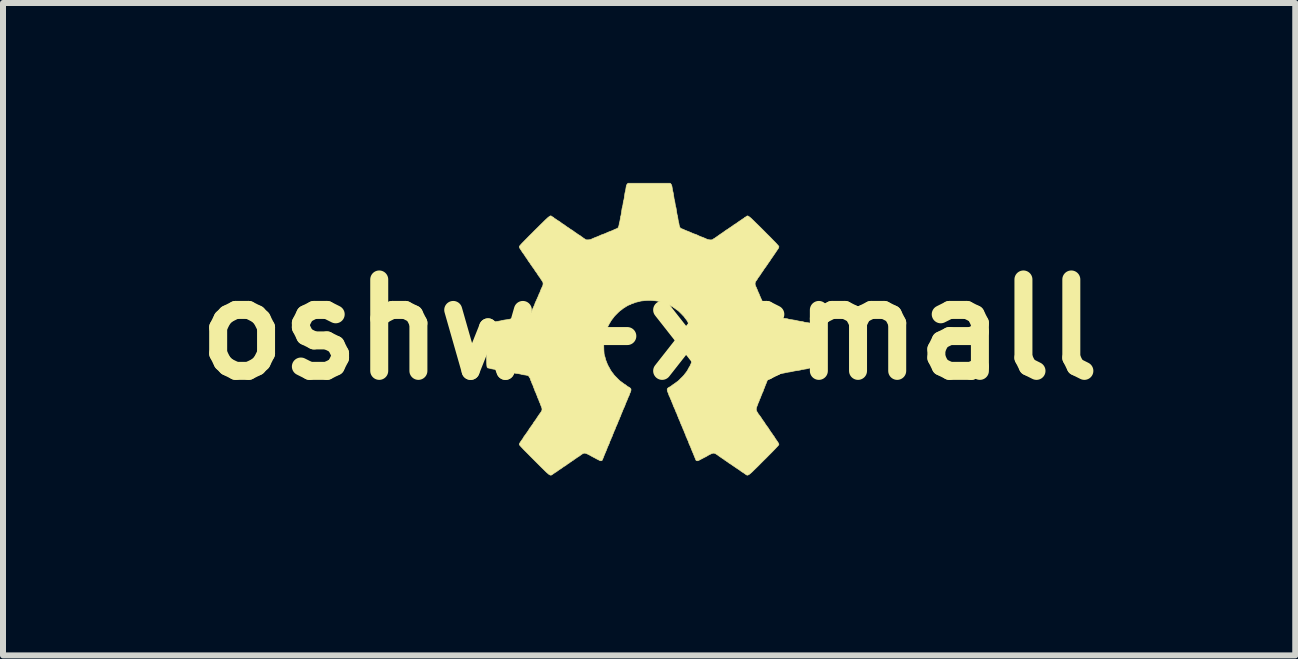
<source format=kicad_pcb>
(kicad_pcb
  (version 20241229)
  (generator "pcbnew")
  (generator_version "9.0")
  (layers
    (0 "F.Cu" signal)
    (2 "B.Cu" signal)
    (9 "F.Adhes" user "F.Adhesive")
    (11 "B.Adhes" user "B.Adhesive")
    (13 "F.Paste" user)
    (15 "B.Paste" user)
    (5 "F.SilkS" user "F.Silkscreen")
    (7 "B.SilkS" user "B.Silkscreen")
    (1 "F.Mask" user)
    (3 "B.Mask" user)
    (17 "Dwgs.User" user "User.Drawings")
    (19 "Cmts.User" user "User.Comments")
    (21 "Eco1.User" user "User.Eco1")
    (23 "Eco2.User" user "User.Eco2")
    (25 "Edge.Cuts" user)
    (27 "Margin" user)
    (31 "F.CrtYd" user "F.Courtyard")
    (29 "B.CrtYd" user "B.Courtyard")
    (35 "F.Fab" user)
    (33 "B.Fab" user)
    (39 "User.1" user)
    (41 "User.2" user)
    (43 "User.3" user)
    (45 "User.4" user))
  (footprint "oshw-xsmall"
    (layer "F.Cu")
    (at 7.772 2.444)
    (property "Reference" "oshw-xsmall" (at 0 0 0) (layer "F.SilkS") (effects (font (size 1.524 1.524) (thickness 0.3))))
    (attr through_hole)
    (fp_poly (pts (xy 0.365 -2.424) (xy 0.372 -2.414) (xy 0.377 -2.403) (xy 0.381 -2.386) (xy 0.385 -2.362) (xy 0.386 -2.356) (xy 0.389 -2.334) (xy 0.393 -2.315) (xy 0.395 -2.303) (xy 0.397 -2.299) (xy 0.399 -2.292) (xy 0.402 -2.277) (xy 0.406 -2.255) (xy 0.409 -2.23) (xy 0.41 -2.228) (xy 0.414 -2.202) (xy 0.417 -2.179) (xy 0.421 -2.163) (xy 0.423 -2.154) (xy 0.423 -2.153) (xy 0.426 -2.145) (xy 0.429 -2.128) (xy 0.432 -2.107) (xy 0.434 -2.095) (xy 0.437 -2.073) (xy 0.441 -2.056) (xy 0.443 -2.045) (xy 0.445 -2.043) (xy 0.447 -2.037) (xy 0.45 -2.022) (xy 0.453 -2.002) (xy 0.457 -1.977) (xy 0.458 -1.974) (xy 0.461 -1.948) (xy 0.465 -1.926) (xy 0.468 -1.91) (xy 0.471 -1.903) (xy 0.471 -1.902) (xy 0.473 -1.895) (xy 0.476 -1.88) (xy 0.479 -1.859) (xy 0.481 -1.844) (xy 0.485 -1.821) (xy 0.488 -1.802) (xy 0.491 -1.79) (xy 0.492 -1.786) (xy 0.495 -1.778) (xy 0.498 -1.763) (xy 0.5 -1.747) (xy 0.505 -1.724) (xy 0.513 -1.705) (xy 0.523 -1.69) (xy 0.533 -1.683) (xy 0.536 -1.683) (xy 0.543 -1.681) (xy 0.557 -1.675) (xy 0.566 -1.672) (xy 0.596 -1.658) (xy 0.625 -1.646) (xy 0.646 -1.638) (xy 0.676 -1.626) (xy 0.704 -1.614) (xy 0.725 -1.604) (xy 0.743 -1.597) (xy 0.76 -1.591) (xy 0.765 -1.59) (xy 0.78 -1.585) (xy 0.798 -1.577) (xy 0.799 -1.577) (xy 0.823 -1.565) (xy 0.847 -1.554) (xy 0.868 -1.546) (xy 0.878 -1.542) (xy 0.896 -1.536) (xy 0.922 -1.525) (xy 0.956 -1.51) (xy 0.963 -1.506) (xy 0.983 -1.5) (xy 1.005 -1.496) (xy 1.028 -1.494) (xy 1.048 -1.496) (xy 1.062 -1.501) (xy 1.066 -1.504) (xy 1.073 -1.512) (xy 1.076 -1.513) (xy 1.083 -1.516) (xy 1.096 -1.524) (xy 1.114 -1.537) (xy 1.136 -1.552) (xy 1.16 -1.569) (xy 1.167 -1.574) (xy 1.185 -1.587) (xy 1.202 -1.598) (xy 1.214 -1.606) (xy 1.227 -1.615) (xy 1.244 -1.627) (xy 1.26 -1.639) (xy 1.276 -1.65) (xy 1.287 -1.658) (xy 1.293 -1.662) (xy 1.294 -1.662) (xy 1.299 -1.665) (xy 1.311 -1.672) (xy 1.326 -1.683) (xy 1.34 -1.693) (xy 1.352 -1.701) (xy 1.357 -1.704) (xy 1.362 -1.707) (xy 1.373 -1.715) (xy 1.389 -1.726) (xy 1.395 -1.73) (xy 1.412 -1.743) (xy 1.425 -1.752) (xy 1.433 -1.756) (xy 1.434 -1.757) (xy 1.44 -1.76) (xy 1.452 -1.768) (xy 1.467 -1.779) (xy 1.473 -1.783) (xy 1.49 -1.795) (xy 1.503 -1.805) (xy 1.51 -1.809) (xy 1.511 -1.81) (xy 1.517 -1.813) (xy 1.528 -1.82) (xy 1.541 -1.83) (xy 1.557 -1.841) (xy 1.571 -1.85) (xy 1.578 -1.854) (xy 1.586 -1.859) (xy 1.587 -1.863) (xy 1.592 -1.868) (xy 1.593 -1.868) (xy 1.601 -1.871) (xy 1.612 -1.878) (xy 1.616 -1.881) (xy 1.623 -1.886) (xy 1.629 -1.89) (xy 1.634 -1.893) (xy 1.641 -1.894) (xy 1.648 -1.893) (xy 1.657 -1.888) (xy 1.668 -1.881) (xy 1.682 -1.87) (xy 1.7 -1.855) (xy 1.721 -1.835) (xy 1.747 -1.81) (xy 1.778 -1.779) (xy 1.815 -1.743) (xy 1.859 -1.7) (xy 1.909 -1.65) (xy 1.914 -1.645) (xy 1.964 -1.594) (xy 2.008 -1.551) (xy 2.044 -1.514) (xy 2.075 -1.482) (xy 2.1 -1.457) (xy 2.121 -1.435) (xy 2.136 -1.418) (xy 2.148 -1.405) (xy 2.156 -1.395) (xy 2.161 -1.388) (xy 2.164 -1.383) (xy 2.164 -1.38) (xy 2.161 -1.366) (xy 2.152 -1.348) (xy 2.144 -1.337) (xy 2.133 -1.321) (xy 2.124 -1.308) (xy 2.119 -1.3) (xy 2.112 -1.289) (xy 2.1 -1.272) (xy 2.085 -1.25) (xy 2.068 -1.225) (xy 2.05 -1.199) (xy 2.047 -1.195) (xy 2.035 -1.178) (xy 2.026 -1.165) (xy 2.022 -1.157) (xy 2.021 -1.156) (xy 2.018 -1.151) (xy 2.01 -1.139) (xy 1.999 -1.124) (xy 1.998 -1.123) (xy 1.986 -1.106) (xy 1.977 -1.092) (xy 1.972 -1.084) (xy 1.972 -1.083) (xy 1.967 -1.076) (xy 1.963 -1.074) (xy 1.958 -1.07) (xy 1.958 -1.068) (xy 1.955 -1.06) (xy 1.947 -1.048) (xy 1.935 -1.032) (xy 1.934 -1.031) (xy 1.922 -1.015) (xy 1.914 -1.003) (xy 1.91 -0.997) (xy 1.91 -0.997) (xy 1.907 -0.991) (xy 1.899 -0.98) (xy 1.888 -0.964) (xy 1.884 -0.958) (xy 1.872 -0.941) (xy 1.863 -0.928) (xy 1.858 -0.919) (xy 1.857 -0.918) (xy 1.854 -0.913) (xy 1.846 -0.901) (xy 1.835 -0.886) (xy 1.834 -0.884) (xy 1.822 -0.869) (xy 1.813 -0.857) (xy 1.81 -0.85) (xy 1.81 -0.85) (xy 1.807 -0.844) (xy 1.799 -0.832) (xy 1.789 -0.818) (xy 1.776 -0.8) (xy 1.77 -0.785) (xy 1.768 -0.771) (xy 1.767 -0.764) (xy 1.769 -0.746) (xy 1.773 -0.73) (xy 1.775 -0.726) (xy 1.785 -0.706) (xy 1.796 -0.68) (xy 1.807 -0.655) (xy 1.815 -0.633) (xy 1.816 -0.632) (xy 1.821 -0.619) (xy 1.825 -0.61) (xy 1.826 -0.609) (xy 1.83 -0.602) (xy 1.835 -0.59) (xy 1.836 -0.587) (xy 1.842 -0.571) (xy 1.851 -0.551) (xy 1.853 -0.545) (xy 1.862 -0.525) (xy 1.871 -0.505) (xy 1.873 -0.5) (xy 1.882 -0.482) (xy 1.891 -0.461) (xy 1.894 -0.455) (xy 1.9 -0.44) (xy 1.904 -0.429) (xy 1.905 -0.426) (xy 1.907 -0.419) (xy 1.912 -0.406) (xy 1.915 -0.4) (xy 1.929 -0.369) (xy 1.94 -0.345) (xy 1.948 -0.328) (xy 1.953 -0.314) (xy 1.957 -0.302) (xy 1.959 -0.297) (xy 1.964 -0.284) (xy 1.968 -0.276) (xy 1.97 -0.275) (xy 1.973 -0.271) (xy 1.974 -0.268) (xy 1.979 -0.257) (xy 1.991 -0.245) (xy 2.008 -0.236) (xy 2.028 -0.23) (xy 2.03 -0.23) (xy 2.046 -0.227) (xy 2.058 -0.224) (xy 2.061 -0.222) (xy 2.068 -0.22) (xy 2.083 -0.217) (xy 2.105 -0.213) (xy 2.13 -0.209) (xy 2.133 -0.209) (xy 2.158 -0.205) (xy 2.18 -0.201) (xy 2.196 -0.198) (xy 2.204 -0.196) (xy 2.204 -0.196) (xy 2.211 -0.194) (xy 2.226 -0.191) (xy 2.247 -0.187) (xy 2.262 -0.185) (xy 2.285 -0.182) (xy 2.304 -0.179) (xy 2.317 -0.176) (xy 2.32 -0.174) (xy 2.327 -0.172) (xy 2.343 -0.169) (xy 2.364 -0.165) (xy 2.389 -0.162) (xy 2.392 -0.161) (xy 2.417 -0.157) (xy 2.439 -0.154) (xy 2.455 -0.151) (xy 2.463 -0.148) (xy 2.463 -0.148) (xy 2.471 -0.146) (xy 2.486 -0.143) (xy 2.506 -0.139) (xy 2.519 -0.137) (xy 2.541 -0.134) (xy 2.56 -0.131) (xy 2.572 -0.128) (xy 2.574 -0.127) (xy 2.582 -0.124) (xy 2.597 -0.121) (xy 2.617 -0.118) (xy 2.627 -0.116) (xy 2.657 -0.112) (xy 2.678 -0.108) (xy 2.691 -0.103) (xy 2.697 -0.098) (xy 2.699 -0.093) (xy 2.702 -0.086) (xy 2.704 -0.085) (xy 2.705 -0.079) (xy 2.706 -0.064) (xy 2.707 -0.038) (xy 2.708 -0.001) (xy 2.708 0.045) (xy 2.709 0.102) (xy 2.709 0.168) (xy 2.709 0.244) (xy 2.709 0.265) (xy 2.709 0.337) (xy 2.709 0.398) (xy 2.709 0.451) (xy 2.709 0.496) (xy 2.708 0.533) (xy 2.708 0.562) (xy 2.706 0.586) (xy 2.705 0.605) (xy 2.703 0.618) (xy 2.7 0.628) (xy 2.696 0.634) (xy 2.692 0.638) (xy 2.687 0.641) (xy 2.681 0.642) (xy 2.675 0.643) (xy 2.673 0.643) (xy 2.657 0.647) (xy 2.644 0.651) (xy 2.643 0.651) (xy 2.633 0.654) (xy 2.616 0.657) (xy 2.595 0.66) (xy 2.588 0.661) (xy 2.566 0.665) (xy 2.547 0.668) (xy 2.534 0.671) (xy 2.532 0.672) (xy 2.523 0.675) (xy 2.505 0.678) (xy 2.483 0.682) (xy 2.461 0.685) (xy 2.435 0.689) (xy 2.413 0.693) (xy 2.397 0.696) (xy 2.389 0.698) (xy 2.379 0.701) (xy 2.362 0.704) (xy 2.34 0.708) (xy 2.328 0.709) (xy 2.306 0.713) (xy 2.288 0.716) (xy 2.276 0.719) (xy 2.273 0.72) (xy 2.266 0.722) (xy 2.25 0.725) (xy 2.229 0.729) (xy 2.204 0.733) (xy 2.204 0.733) (xy 2.179 0.736) (xy 2.156 0.74) (xy 2.14 0.744) (xy 2.132 0.746) (xy 2.123 0.749) (xy 2.107 0.752) (xy 2.085 0.756) (xy 2.072 0.757) (xy 2.046 0.761) (xy 2.028 0.766) (xy 2.016 0.771) (xy 2.008 0.777) (xy 1.999 0.787) (xy 1.995 0.796) (xy 1.995 0.797) (xy 1.992 0.804) (xy 1.991 0.804) (xy 1.986 0.809) (xy 1.981 0.82) (xy 1.979 0.827) (xy 1.974 0.842) (xy 1.97 0.853) (xy 1.969 0.855) (xy 1.965 0.863) (xy 1.959 0.876) (xy 1.958 0.881) (xy 1.952 0.897) (xy 1.946 0.911) (xy 1.945 0.913) (xy 1.94 0.924) (xy 1.934 0.941) (xy 1.931 0.947) (xy 1.926 0.964) (xy 1.92 0.978) (xy 1.918 0.982) (xy 1.913 0.993) (xy 1.907 1.01) (xy 1.905 1.017) (xy 1.9 1.032) (xy 1.896 1.041) (xy 1.894 1.042) (xy 1.891 1.047) (xy 1.886 1.059) (xy 1.884 1.065) (xy 1.879 1.08) (xy 1.875 1.091) (xy 1.873 1.093) (xy 1.869 1.101) (xy 1.864 1.115) (xy 1.863 1.119) (xy 1.857 1.135) (xy 1.851 1.149) (xy 1.85 1.151) (xy 1.844 1.162) (xy 1.838 1.179) (xy 1.836 1.185) (xy 1.83 1.202) (xy 1.824 1.216) (xy 1.822 1.22) (xy 1.816 1.23) (xy 1.815 1.237) (xy 1.813 1.245) (xy 1.807 1.259) (xy 1.801 1.274) (xy 1.789 1.306) (xy 1.786 1.333) (xy 1.792 1.358) (xy 1.803 1.377) (xy 1.813 1.392) (xy 1.819 1.403) (xy 1.82 1.407) (xy 1.823 1.413) (xy 1.825 1.413) (xy 1.829 1.417) (xy 1.838 1.428) (xy 1.849 1.443) (xy 1.862 1.461) (xy 1.874 1.479) (xy 1.881 1.491) (xy 1.887 1.5) (xy 1.897 1.514) (xy 1.909 1.53) (xy 1.909 1.53) (xy 1.92 1.545) (xy 1.928 1.557) (xy 1.931 1.564) (xy 1.931 1.564) (xy 1.934 1.569) (xy 1.943 1.581) (xy 1.954 1.598) (xy 1.963 1.61) (xy 1.977 1.628) (xy 1.987 1.642) (xy 1.994 1.652) (xy 1.995 1.655) (xy 1.998 1.66) (xy 2.005 1.671) (xy 2.013 1.683) (xy 2.023 1.697) (xy 2.03 1.709) (xy 2.032 1.713) (xy 2.036 1.72) (xy 2.04 1.722) (xy 2.047 1.728) (xy 2.048 1.731) (xy 2.051 1.738) (xy 2.059 1.751) (xy 2.071 1.767) (xy 2.072 1.768) (xy 2.083 1.783) (xy 2.092 1.795) (xy 2.095 1.802) (xy 2.095 1.802) (xy 2.098 1.808) (xy 2.106 1.82) (xy 2.115 1.833) (xy 2.137 1.864) (xy 2.152 1.887) (xy 2.161 1.904) (xy 2.164 1.916) (xy 2.164 1.917) (xy 2.162 1.922) (xy 2.155 1.931) (xy 2.143 1.945) (xy 2.126 1.963) (xy 2.103 1.988) (xy 2.074 2.018) (xy 2.039 2.054) (xy 1.997 2.096) (xy 1.948 2.146) (xy 1.914 2.179) (xy 1.863 2.23) (xy 1.82 2.274) (xy 1.782 2.311) (xy 1.75 2.342) (xy 1.724 2.368) (xy 1.701 2.389) (xy 1.683 2.404) (xy 1.668 2.416) (xy 1.656 2.423) (xy 1.646 2.427) (xy 1.637 2.428) (xy 1.629 2.426) (xy 1.622 2.423) (xy 1.613 2.417) (xy 1.604 2.41) (xy 1.597 2.405) (xy 1.58 2.393) (xy 1.566 2.384) (xy 1.557 2.378) (xy 1.556 2.378) (xy 1.548 2.373) (xy 1.534 2.363) (xy 1.518 2.352) (xy 1.518 2.351) (xy 1.503 2.34) (xy 1.491 2.332) (xy 1.485 2.328) (xy 1.485 2.328) (xy 1.48 2.325) (xy 1.468 2.317) (xy 1.45 2.305) (xy 1.428 2.29) (xy 1.412 2.279) (xy 1.387 2.262) (xy 1.366 2.247) (xy 1.348 2.236) (xy 1.336 2.228) (xy 1.332 2.226) (xy 1.324 2.221) (xy 1.323 2.217) (xy 1.319 2.212) (xy 1.316 2.212) (xy 1.308 2.209) (xy 1.296 2.201) (xy 1.291 2.196) (xy 1.279 2.187) (xy 1.269 2.181) (xy 1.266 2.18) (xy 1.26 2.177) (xy 1.259 2.175) (xy 1.255 2.169) (xy 1.25 2.166) (xy 1.245 2.164) (xy 1.238 2.159) (xy 1.226 2.152) (xy 1.211 2.141) (xy 1.189 2.126) (xy 1.16 2.106) (xy 1.143 2.093) (xy 1.117 2.076) (xy 1.097 2.065) (xy 1.079 2.061) (xy 1.06 2.063) (xy 1.039 2.07) (xy 1.023 2.078) (xy 1.004 2.087) (xy 0.989 2.095) (xy 0.98 2.1) (xy 0.979 2.101) (xy 0.974 2.104) (xy 0.963 2.111) (xy 0.945 2.121) (xy 0.918 2.134) (xy 0.887 2.151) (xy 0.865 2.162) (xy 0.845 2.173) (xy 0.829 2.181) (xy 0.823 2.184) (xy 0.808 2.188) (xy 0.794 2.187) (xy 0.783 2.18) (xy 0.78 2.176) (xy 0.776 2.165) (xy 0.77 2.151) (xy 0.764 2.136) (xy 0.756 2.118) (xy 0.754 2.111) (xy 0.745 2.09) (xy 0.737 2.069) (xy 0.726 2.044) (xy 0.721 2.032) (xy 0.713 2.013) (xy 0.706 1.995) (xy 0.704 1.99) (xy 0.688 1.949) (xy 0.672 1.916) (xy 0.665 1.899) (xy 0.658 1.878) (xy 0.656 1.872) (xy 0.651 1.857) (xy 0.647 1.848) (xy 0.645 1.847) (xy 0.642 1.842) (xy 0.637 1.831) (xy 0.635 1.824) (xy 0.629 1.808) (xy 0.623 1.794) (xy 0.621 1.791) (xy 0.615 1.781) (xy 0.614 1.774) (xy 0.612 1.766) (xy 0.606 1.752) (xy 0.599 1.734) (xy 0.598 1.733) (xy 0.59 1.715) (xy 0.584 1.7) (xy 0.582 1.691) (xy 0.582 1.691) (xy 0.579 1.682) (xy 0.577 1.68) (xy 0.573 1.674) (xy 0.567 1.661) (xy 0.566 1.658) (xy 0.563 1.648) (xy 0.559 1.638) (xy 0.554 1.626) (xy 0.547 1.61) (xy 0.537 1.587) (xy 0.53 1.572) (xy 0.523 1.554) (xy 0.517 1.539) (xy 0.516 1.535) (xy 0.511 1.521) (xy 0.503 1.505) (xy 0.502 1.503) (xy 0.496 1.49) (xy 0.492 1.48) (xy 0.492 1.479) (xy 0.49 1.472) (xy 0.484 1.458) (xy 0.479 1.447) (xy 0.472 1.431) (xy 0.467 1.418) (xy 0.466 1.413) (xy 0.463 1.402) (xy 0.458 1.394) (xy 0.451 1.381) (xy 0.447 1.371) (xy 0.442 1.357) (xy 0.434 1.337) (xy 0.425 1.315) (xy 0.415 1.295) (xy 0.41 1.284) (xy 0.404 1.272) (xy 0.402 1.264) (xy 0.402 1.264) (xy 0.4 1.257) (xy 0.395 1.244) (xy 0.39 1.232) (xy 0.382 1.214) (xy 0.376 1.198) (xy 0.373 1.191) (xy 0.368 1.176) (xy 0.363 1.167) (xy 0.357 1.155) (xy 0.351 1.139) (xy 0.349 1.134) (xy 0.344 1.12) (xy 0.34 1.112) (xy 0.339 1.111) (xy 0.336 1.107) (xy 0.331 1.095) (xy 0.328 1.086) (xy 0.322 1.067) (xy 0.314 1.048) (xy 0.311 1.043) (xy 0.305 1.025) (xy 0.302 1.006) (xy 0.302 1.005) (xy 0.303 0.99) (xy 0.311 0.979) (xy 0.32 0.972) (xy 0.332 0.963) (xy 0.341 0.958) (xy 0.343 0.958) (xy 0.35 0.955) (xy 0.362 0.947) (xy 0.375 0.937) (xy 0.389 0.926) (xy 0.4 0.918) (xy 0.405 0.915) (xy 0.41 0.912) (xy 0.421 0.904) (xy 0.437 0.893) (xy 0.442 0.889) (xy 0.458 0.877) (xy 0.471 0.868) (xy 0.478 0.863) (xy 0.478 0.863) (xy 0.483 0.859) (xy 0.493 0.85) (xy 0.508 0.836) (xy 0.524 0.819) (xy 0.542 0.802) (xy 0.559 0.785) (xy 0.573 0.77) (xy 0.583 0.759) (xy 0.587 0.754) (xy 0.587 0.753) (xy 0.591 0.748) (xy 0.599 0.737) (xy 0.608 0.726) (xy 0.62 0.711) (xy 0.63 0.697) (xy 0.641 0.68) (xy 0.653 0.657) (xy 0.659 0.646) (xy 0.666 0.633) (xy 0.671 0.625) (xy 0.672 0.624) (xy 0.677 0.617) (xy 0.684 0.603) (xy 0.692 0.585) (xy 0.7 0.566) (xy 0.707 0.55) (xy 0.709 0.542) (xy 0.714 0.528) (xy 0.719 0.518) (xy 0.719 0.516) (xy 0.723 0.508) (xy 0.727 0.494) (xy 0.73 0.479) (xy 0.734 0.461) (xy 0.738 0.448) (xy 0.741 0.442) (xy 0.745 0.431) (xy 0.749 0.411) (xy 0.752 0.384) (xy 0.754 0.351) (xy 0.755 0.315) (xy 0.756 0.277) (xy 0.755 0.239) (xy 0.754 0.202) (xy 0.752 0.169) (xy 0.75 0.14) (xy 0.746 0.119) (xy 0.742 0.105) (xy 0.741 0.103) (xy 0.738 0.095) (xy 0.734 0.081) (xy 0.733 0.074) (xy 0.729 0.055) (xy 0.724 0.038) (xy 0.722 0.034) (xy 0.716 0.019) (xy 0.709 0.001) (xy 0.707 -0.005) (xy 0.699 -0.025) (xy 0.688 -0.049) (xy 0.675 -0.075) (xy 0.662 -0.099) (xy 0.65 -0.117) (xy 0.65 -0.117) (xy 0.643 -0.128) (xy 0.64 -0.136) (xy 0.64 -0.136) (xy 0.637 -0.142) (xy 0.629 -0.154) (xy 0.617 -0.169) (xy 0.614 -0.174) (xy 0.601 -0.189) (xy 0.592 -0.202) (xy 0.588 -0.209) (xy 0.587 -0.209) (xy 0.584 -0.214) (xy 0.574 -0.225) (xy 0.56 -0.239) (xy 0.544 -0.256) (xy 0.527 -0.273) (xy 0.51 -0.29) (xy 0.495 -0.304) (xy 0.485 -0.314) (xy 0.48 -0.317) (xy 0.479 -0.318) (xy 0.474 -0.321) (xy 0.462 -0.329) (xy 0.448 -0.339) (xy 0.432 -0.351) (xy 0.418 -0.361) (xy 0.409 -0.366) (xy 0.4 -0.371) (xy 0.397 -0.376) (xy 0.393 -0.381) (xy 0.39 -0.381) (xy 0.382 -0.384) (xy 0.369 -0.391) (xy 0.366 -0.394) (xy 0.349 -0.404) (xy 0.33 -0.412) (xy 0.325 -0.413) (xy 0.311 -0.418) (xy 0.303 -0.422) (xy 0.302 -0.424) (xy 0.297 -0.428) (xy 0.287 -0.431) (xy 0.273 -0.436) (xy 0.256 -0.442) (xy 0.252 -0.444) (xy 0.235 -0.45) (xy 0.213 -0.456) (xy 0.193 -0.461) (xy 0.174 -0.465) (xy 0.159 -0.469) (xy 0.151 -0.472) (xy 0.151 -0.472) (xy 0.143 -0.474) (xy 0.128 -0.476) (xy 0.106 -0.479) (xy 0.08 -0.481) (xy 0.073 -0.482) (xy 0.03 -0.485) (xy -0.008 -0.486) (xy -0.047 -0.484) (xy -0.073 -0.482) (xy -0.099 -0.479) (xy -0.123 -0.477) (xy -0.14 -0.474) (xy -0.15 -0.472) (xy -0.151 -0.472) (xy -0.158 -0.469) (xy -0.173 -0.465) (xy -0.192 -0.461) (xy -0.193 -0.461) (xy -0.213 -0.456) (xy -0.23 -0.452) (xy -0.241 -0.447) (xy -0.252 -0.442) (xy -0.269 -0.436) (xy -0.276 -0.434) (xy -0.291 -0.429) (xy -0.3 -0.425) (xy -0.302 -0.423) (xy -0.306 -0.42) (xy -0.318 -0.415) (xy -0.325 -0.413) (xy -0.344 -0.406) (xy -0.362 -0.396) (xy -0.366 -0.394) (xy -0.379 -0.386) (xy -0.388 -0.381) (xy -0.39 -0.381) (xy -0.396 -0.378) (xy -0.397 -0.376) (xy -0.401 -0.37) (xy -0.411 -0.365) (xy -0.423 -0.359) (xy -0.438 -0.348) (xy -0.45 -0.338) (xy -0.464 -0.327) (xy -0.474 -0.32) (xy -0.479 -0.318) (xy -0.484 -0.314) (xy -0.494 -0.304) (xy -0.509 -0.291) (xy -0.526 -0.274) (xy -0.543 -0.257) (xy -0.56 -0.24) (xy -0.574 -0.225) (xy -0.584 -0.214) (xy -0.587 -0.209) (xy -0.587 -0.209) (xy -0.59 -0.204) (xy -0.599 -0.193) (xy -0.61 -0.178) (xy -0.614 -0.174) (xy -0.626 -0.157) (xy -0.636 -0.144) (xy -0.64 -0.135) (xy -0.64 -0.134) (xy -0.644 -0.126) (xy -0.647 -0.123) (xy -0.652 -0.117) (xy -0.66 -0.103) (xy -0.67 -0.084) (xy -0.681 -0.063) (xy -0.692 -0.04) (xy -0.701 -0.02) (xy -0.708 -0.003) (xy -0.709 0) (xy -0.716 0.018) (xy -0.722 0.034) (xy -0.722 0.034) (xy -0.728 0.05) (xy -0.732 0.069) (xy -0.733 0.074) (xy -0.736 0.09) (xy -0.74 0.101) (xy -0.741 0.103) (xy -0.745 0.114) (xy -0.749 0.134) (xy -0.752 0.161) (xy -0.754 0.194) (xy -0.755 0.23) (xy -0.756 0.268) (xy -0.755 0.306) (xy -0.754 0.343) (xy -0.752 0.376) (xy -0.75 0.405) (xy -0.746 0.427) (xy -0.742 0.44) (xy -0.741 0.442) (xy -0.738 0.45) (xy -0.734 0.464) (xy -0.73 0.479) (xy -0.726 0.497) (xy -0.722 0.51) (xy -0.72 0.516) (xy -0.716 0.524) (xy -0.711 0.538) (xy -0.709 0.542) (xy -0.704 0.556) (xy -0.697 0.574) (xy -0.688 0.593) (xy -0.68 0.61) (xy -0.674 0.621) (xy -0.672 0.624) (xy -0.668 0.63) (xy -0.661 0.642) (xy -0.659 0.646) (xy -0.646 0.671) (xy -0.634 0.69) (xy -0.624 0.705) (xy -0.613 0.719) (xy -0.608 0.726) (xy -0.597 0.739) (xy -0.59 0.749) (xy -0.587 0.753) (xy -0.584 0.758) (xy -0.574 0.768) (xy -0.561 0.783) (xy -0.544 0.799) (xy -0.527 0.817) (xy -0.51 0.834) (xy -0.495 0.848) (xy -0.484 0.858) (xy -0.479 0.862) (xy -0.478 0.863) (xy -0.473 0.866) (xy -0.462 0.874) (xy -0.447 0.885) (xy -0.442 0.889) (xy -0.426 0.901) (xy -0.413 0.91) (xy -0.406 0.915) (xy -0.405 0.915) (xy -0.399 0.918) (xy -0.388 0.926) (xy -0.375 0.937) (xy -0.36 0.948) (xy -0.349 0.955) (xy -0.343 0.958) (xy -0.336 0.961) (xy -0.324 0.968) (xy -0.32 0.972) (xy -0.308 0.983) (xy -0.302 0.994) (xy -0.302 1.005) (xy -0.304 1.023) (xy -0.311 1.041) (xy -0.311 1.043) (xy -0.319 1.06) (xy -0.327 1.08) (xy -0.328 1.085) (xy -0.333 1.099) (xy -0.337 1.109) (xy -0.339 1.111) (xy -0.343 1.118) (xy -0.348 1.13) (xy -0.349 1.132) (xy -0.358 1.155) (xy -0.37 1.185) (xy -0.383 1.214) (xy -0.39 1.231) (xy -0.397 1.249) (xy -0.397 1.249) (xy -0.403 1.267) (xy -0.41 1.283) (xy -0.41 1.283) (xy -0.416 1.297) (xy -0.425 1.315) (xy -0.431 1.329) (xy -0.438 1.346) (xy -0.443 1.358) (xy -0.445 1.364) (xy -0.447 1.37) (xy -0.453 1.383) (xy -0.458 1.394) (xy -0.465 1.411) (xy -0.47 1.424) (xy -0.471 1.429) (xy -0.474 1.44) (xy -0.478 1.447) (xy -0.484 1.459) (xy -0.491 1.475) (xy -0.492 1.479) (xy -0.498 1.495) (xy -0.504 1.509) (xy -0.506 1.511) (xy -0.512 1.525) (xy -0.516 1.535) (xy -0.52 1.547) (xy -0.527 1.565) (xy -0.53 1.572) (xy -0.542 1.599) (xy -0.551 1.618) (xy -0.557 1.632) (xy -0.561 1.643) (xy -0.564 1.653) (xy -0.566 1.658) (xy -0.571 1.671) (xy -0.576 1.679) (xy -0.577 1.68) (xy -0.582 1.688) (xy -0.582 1.691) (xy -0.584 1.699) (xy -0.59 1.714) (xy -0.597 1.732) (xy -0.598 1.733) (xy -0.606 1.751) (xy -0.611 1.766) (xy -0.614 1.774) (xy -0.614 1.774) (xy -0.617 1.784) (xy -0.621 1.791) (xy -0.627 1.803) (xy -0.634 1.819) (xy -0.635 1.824) (xy -0.64 1.838) (xy -0.644 1.846) (xy -0.645 1.847) (xy -0.648 1.851) (xy -0.653 1.863) (xy -0.656 1.872) (xy -0.662 1.892) (xy -0.67 1.91) (xy -0.672 1.916) (xy -0.692 1.958) (xy -0.704 1.99) (xy -0.71 2.006) (xy -0.718 2.026) (xy -0.721 2.032) (xy -0.733 2.06) (xy -0.742 2.082) (xy -0.751 2.103) (xy -0.754 2.111) (xy -0.761 2.13) (xy -0.768 2.147) (xy -0.77 2.151) (xy -0.776 2.165) (xy -0.78 2.176) (xy -0.787 2.184) (xy -0.8 2.188) (xy -0.815 2.187) (xy -0.822 2.184) (xy -0.832 2.179) (xy -0.849 2.17) (xy -0.87 2.16) (xy -0.884 2.152) (xy -0.918 2.134) (xy -0.943 2.121) (xy -0.961 2.111) (xy -0.972 2.105) (xy -0.978 2.102) (xy -0.979 2.101) (xy -0.985 2.097) (xy -0.997 2.091) (xy -1.015 2.082) (xy -1.023 2.078) (xy -1.05 2.066) (xy -1.071 2.061) (xy -1.091 2.063) (xy -1.11 2.072) (xy -1.133 2.087) (xy -1.15 2.1) (xy -1.165 2.111) (xy -1.175 2.117) (xy -1.186 2.124) (xy -1.202 2.134) (xy -1.214 2.143) (xy -1.23 2.154) (xy -1.243 2.163) (xy -1.25 2.166) (xy -1.258 2.171) (xy -1.259 2.175) (xy -1.264 2.18) (xy -1.266 2.18) (xy -1.274 2.184) (xy -1.286 2.192) (xy -1.291 2.196) (xy -1.303 2.206) (xy -1.314 2.211) (xy -1.316 2.212) (xy -1.322 2.215) (xy -1.323 2.217) (xy -1.327 2.223) (xy -1.335 2.227) (xy -1.345 2.233) (xy -1.36 2.243) (xy -1.374 2.254) (xy -1.389 2.265) (xy -1.4 2.273) (xy -1.405 2.275) (xy -1.411 2.278) (xy -1.423 2.286) (xy -1.439 2.297) (xy -1.445 2.302) (xy -1.462 2.314) (xy -1.475 2.323) (xy -1.483 2.328) (xy -1.484 2.328) (xy -1.489 2.331) (xy -1.501 2.339) (xy -1.516 2.35) (xy -1.517 2.351) (xy -1.534 2.363) (xy -1.547 2.373) (xy -1.556 2.378) (xy -1.556 2.378) (xy -1.564 2.382) (xy -1.577 2.391) (xy -1.594 2.403) (xy -1.597 2.405) (xy -1.607 2.412) (xy -1.616 2.419) (xy -1.624 2.424) (xy -1.632 2.427) (xy -1.64 2.428) (xy -1.649 2.426) (xy -1.66 2.421) (xy -1.673 2.413) (xy -1.688 2.4) (xy -1.708 2.383) (xy -1.731 2.361) (xy -1.759 2.333) (xy -1.793 2.3) (xy -1.832 2.261) (xy -1.878 2.215) (xy -1.914 2.179) (xy -1.968 2.125) (xy -2.014 2.078) (xy -2.054 2.038) (xy -2.087 2.005) (xy -2.113 1.977) (xy -2.134 1.955) (xy -2.149 1.938) (xy -2.159 1.926) (xy -2.164 1.919) (xy -2.164 1.917) (xy -2.162 1.905) (xy -2.153 1.888) (xy -2.138 1.865) (xy -2.117 1.835) (xy -2.115 1.833) (xy -2.105 1.818) (xy -2.098 1.807) (xy -2.095 1.802) (xy -2.093 1.796) (xy -2.085 1.784) (xy -2.074 1.769) (xy -2.073 1.768) (xy -2.061 1.752) (xy -2.051 1.738) (xy -2.046 1.729) (xy -2.046 1.729) (xy -2.041 1.721) (xy -2.037 1.72) (xy -2.032 1.716) (xy -2.032 1.714) (xy -2.029 1.707) (xy -2.021 1.694) (xy -2.013 1.683) (xy -2.004 1.669) (xy -1.997 1.658) (xy -1.995 1.655) (xy -1.992 1.649) (xy -1.984 1.638) (xy -1.972 1.622) (xy -1.963 1.61) (xy -1.95 1.591) (xy -1.939 1.576) (xy -1.933 1.567) (xy -1.931 1.564) (xy -1.929 1.558) (xy -1.921 1.546) (xy -1.91 1.531) (xy -1.909 1.53) (xy -1.897 1.514) (xy -1.887 1.5) (xy -1.881 1.491) (xy -1.881 1.491) (xy -1.869 1.472) (xy -1.853 1.448) (xy -1.836 1.423) (xy -1.819 1.399) (xy -1.811 1.389) (xy -1.796 1.366) (xy -1.787 1.347) (xy -1.785 1.328) (xy -1.788 1.307) (xy -1.799 1.28) (xy -1.802 1.271) (xy -1.809 1.255) (xy -1.814 1.242) (xy -1.815 1.237) (xy -1.818 1.227) (xy -1.822 1.22) (xy -1.828 1.208) (xy -1.834 1.192) (xy -1.836 1.185) (xy -1.842 1.168) (xy -1.848 1.154) (xy -1.85 1.151) (xy -1.856 1.139) (xy -1.862 1.123) (xy -1.863 1.119) (xy -1.868 1.105) (xy -1.872 1.094) (xy -1.873 1.093) (xy -1.877 1.085) (xy -1.882 1.071) (xy -1.884 1.065) (xy -1.889 1.051) (xy -1.893 1.043) (xy -1.894 1.042) (xy -1.897 1.038) (xy -1.902 1.026) (xy -1.905 1.017) (xy -1.91 1) (xy -1.916 0.986) (xy -1.918 0.982) (xy -1.923 0.97) (xy -1.929 0.954) (xy -1.931 0.947) (xy -1.937 0.93) (xy -1.943 0.916) (xy -1.945 0.913) (xy -1.951 0.901) (xy -1.957 0.885) (xy -1.958 0.881) (xy -1.963 0.867) (xy -1.968 0.856) (xy -1.969 0.855) (xy -1.973 0.847) (xy -1.978 0.833) (xy -1.979 0.827) (xy -1.984 0.813) (xy -1.989 0.805) (xy -1.991 0.804) (xy -1.994 0.8) (xy -1.995 0.797) (xy -1.999 0.788) (xy -2.007 0.777) (xy -2.009 0.776) (xy -2.018 0.769) (xy -2.03 0.765) (xy -2.047 0.761) (xy -2.072 0.757) (xy -2.074 0.757) (xy -2.096 0.754) (xy -2.115 0.75) (xy -2.127 0.748) (xy -2.13 0.746) (xy -2.137 0.744) (xy -2.152 0.741) (xy -2.174 0.737) (xy -2.199 0.733) (xy -2.201 0.733) (xy -2.227 0.729) (xy -2.249 0.726) (xy -2.265 0.722) (xy -2.273 0.72) (xy -2.273 0.72) (xy -2.28 0.717) (xy -2.295 0.714) (xy -2.316 0.711) (xy -2.328 0.709) (xy -2.351 0.706) (xy -2.369 0.702) (xy -2.381 0.7) (xy -2.384 0.698) (xy -2.391 0.696) (xy -2.406 0.693) (xy -2.428 0.69) (xy -2.453 0.686) (xy -2.458 0.685) (xy -2.484 0.682) (xy -2.506 0.678) (xy -2.523 0.675) (xy -2.532 0.672) (xy -2.532 0.672) (xy -2.539 0.67) (xy -2.555 0.666) (xy -2.575 0.663) (xy -2.585 0.662) (xy -2.608 0.658) (xy -2.627 0.655) (xy -2.64 0.652) (xy -2.643 0.651) (xy -2.656 0.647) (xy -2.672 0.643) (xy -2.673 0.643) (xy -2.68 0.642) (xy -2.686 0.641) (xy -2.691 0.639) (xy -2.696 0.635) (xy -2.699 0.63) (xy -2.702 0.621) (xy -2.704 0.608) (xy -2.706 0.591) (xy -2.707 0.568) (xy -2.708 0.54) (xy -2.709 0.505) (xy -2.709 0.462) (xy -2.709 0.411) (xy -2.709 0.351) (xy -2.709 0.282) (xy -2.709 0.265) (xy -2.709 0.186) (xy -2.709 0.117) (xy -2.709 0.058) (xy -2.708 0.009) (xy -2.707 -0.029) (xy -2.707 -0.058) (xy -2.706 -0.076) (xy -2.704 -0.084) (xy -2.704 -0.085) (xy -2.699 -0.089) (xy -2.699 -0.093) (xy -2.697 -0.099) (xy -2.689 -0.104) (xy -2.675 -0.108) (xy -2.654 -0.112) (xy -2.627 -0.116) (xy -2.606 -0.12) (xy -2.588 -0.123) (xy -2.577 -0.126) (xy -2.574 -0.127) (xy -2.567 -0.129) (xy -2.552 -0.132) (xy -2.531 -0.135) (xy -2.519 -0.137) (xy -2.497 -0.141) (xy -2.478 -0.144) (xy -2.466 -0.147) (xy -2.463 -0.148) (xy -2.456 -0.15) (xy -2.441 -0.153) (xy -2.419 -0.157) (xy -2.394 -0.161) (xy -2.389 -0.161) (xy -2.363 -0.165) (xy -2.341 -0.169) (xy -2.324 -0.172) (xy -2.316 -0.175) (xy -2.315 -0.175) (xy -2.308 -0.177) (xy -2.293 -0.18) (xy -2.272 -0.184) (xy -2.26 -0.185) (xy -2.237 -0.188) (xy -2.219 -0.192) (xy -2.207 -0.194) (xy -2.204 -0.196) (xy -2.197 -0.198) (xy -2.182 -0.201) (xy -2.16 -0.205) (xy -2.135 -0.209) (xy -2.133 -0.209) (xy -2.107 -0.213) (xy -2.085 -0.216) (xy -2.069 -0.22) (xy -2.061 -0.222) (xy -2.061 -0.222) (xy -2.053 -0.225) (xy -2.039 -0.228) (xy -2.03 -0.23) (xy -2.01 -0.235) (xy -1.993 -0.244) (xy -1.979 -0.255) (xy -1.974 -0.267) (xy -1.974 -0.268) (xy -1.971 -0.275) (xy -1.97 -0.275) (xy -1.966 -0.28) (xy -1.961 -0.291) (xy -1.959 -0.297) (xy -1.955 -0.309) (xy -1.95 -0.321) (xy -1.944 -0.337) (xy -1.934 -0.358) (xy -1.922 -0.385) (xy -1.915 -0.4) (xy -1.909 -0.414) (xy -1.905 -0.424) (xy -1.905 -0.426) (xy -1.903 -0.433) (xy -1.898 -0.446) (xy -1.894 -0.455) (xy -1.885 -0.474) (xy -1.876 -0.494) (xy -1.873 -0.5) (xy -1.865 -0.519) (xy -1.856 -0.539) (xy -1.853 -0.545) (xy -1.845 -0.564) (xy -1.838 -0.582) (xy -1.836 -0.587) (xy -1.831 -0.6) (xy -1.826 -0.608) (xy -1.826 -0.609) (xy -1.822 -0.615) (xy -1.817 -0.627) (xy -1.816 -0.632) (xy -1.808 -0.654) (xy -1.797 -0.68) (xy -1.785 -0.705) (xy -1.775 -0.725) (xy -1.775 -0.726) (xy -1.77 -0.74) (xy -1.768 -0.758) (xy -1.767 -0.764) (xy -1.769 -0.78) (xy -1.773 -0.794) (xy -1.783 -0.81) (xy -1.789 -0.818) (xy -1.799 -0.833) (xy -1.807 -0.844) (xy -1.81 -0.85) (xy -1.813 -0.856) (xy -1.821 -0.867) (xy -1.832 -0.883) (xy -1.834 -0.884) (xy -1.845 -0.9) (xy -1.854 -0.912) (xy -1.857 -0.918) (xy -1.857 -0.918) (xy -1.86 -0.924) (xy -1.868 -0.936) (xy -1.879 -0.952) (xy -1.884 -0.958) (xy -1.896 -0.974) (xy -1.905 -0.988) (xy -1.91 -0.996) (xy -1.91 -0.997) (xy -1.913 -1.002) (xy -1.921 -1.014) (xy -1.933 -1.029) (xy -1.934 -1.031) (xy -1.946 -1.046) (xy -1.954 -1.059) (xy -1.958 -1.067) (xy -1.958 -1.068) (xy -1.961 -1.074) (xy -1.963 -1.074) (xy -1.969 -1.079) (xy -1.972 -1.083) (xy -1.977 -1.092) (xy -1.986 -1.106) (xy -1.998 -1.122) (xy -1.998 -1.123) (xy -2.01 -1.138) (xy -2.018 -1.15) (xy -2.021 -1.156) (xy -2.021 -1.156) (xy -2.024 -1.162) (xy -2.032 -1.174) (xy -2.043 -1.19) (xy -2.048 -1.196) (xy -2.06 -1.213) (xy -2.069 -1.227) (xy -2.074 -1.234) (xy -2.074 -1.235) (xy -2.077 -1.241) (xy -2.085 -1.252) (xy -2.096 -1.267) (xy -2.098 -1.269) (xy -2.11 -1.285) (xy -2.118 -1.297) (xy -2.122 -1.304) (xy -2.122 -1.304) (xy -2.125 -1.31) (xy -2.133 -1.321) (xy -2.143 -1.336) (xy -2.156 -1.356) (xy -2.163 -1.373) (xy -2.164 -1.38) (xy -2.163 -1.384) (xy -2.16 -1.389) (xy -2.155 -1.397) (xy -2.146 -1.408) (xy -2.133 -1.422) (xy -2.117 -1.44) (xy -2.095 -1.462) (xy -2.069 -1.489) (xy -2.037 -1.521) (xy -1.999 -1.56) (xy -1.954 -1.604) (xy -1.914 -1.645) (xy -1.863 -1.695) (xy -1.819 -1.739) (xy -1.781 -1.776) (xy -1.75 -1.807) (xy -1.723 -1.833) (xy -1.701 -1.853) (xy -1.684 -1.869) (xy -1.669 -1.88) (xy -1.658 -1.888) (xy -1.649 -1.893) (xy -1.642 -1.895) (xy -1.636 -1.894) (xy -1.63 -1.892) (xy -1.625 -1.888) (xy -1.619 -1.884) (xy -1.608 -1.876) (xy -1.6 -1.873) (xy -1.592 -1.869) (xy -1.587 -1.863) (xy -1.581 -1.854) (xy -1.577 -1.852) (xy -1.57 -1.849) (xy -1.557 -1.841) (xy -1.543 -1.831) (xy -1.527 -1.82) (xy -1.516 -1.813) (xy -1.51 -1.81) (xy -1.504 -1.807) (xy -1.492 -1.799) (xy -1.476 -1.787) (xy -1.471 -1.783) (xy -1.455 -1.771) (xy -1.442 -1.762) (xy -1.435 -1.757) (xy -1.434 -1.757) (xy -1.428 -1.754) (xy -1.416 -1.746) (xy -1.401 -1.735) (xy -1.395 -1.73) (xy -1.378 -1.718) (xy -1.365 -1.709) (xy -1.358 -1.704) (xy -1.357 -1.704) (xy -1.352 -1.701) (xy -1.34 -1.693) (xy -1.326 -1.683) (xy -1.311 -1.672) (xy -1.299 -1.664) (xy -1.294 -1.662) (xy -1.288 -1.659) (xy -1.277 -1.651) (xy -1.262 -1.641) (xy -1.24 -1.624) (xy -1.216 -1.608) (xy -1.192 -1.591) (xy -1.171 -1.577) (xy -1.154 -1.567) (xy -1.143 -1.56) (xy -1.142 -1.56) (xy -1.134 -1.554) (xy -1.132 -1.551) (xy -1.128 -1.545) (xy -1.126 -1.545) (xy -1.118 -1.542) (xy -1.106 -1.533) (xy -1.101 -1.529) (xy -1.089 -1.52) (xy -1.08 -1.514) (xy -1.078 -1.513) (xy -1.071 -1.51) (xy -1.066 -1.504) (xy -1.056 -1.498) (xy -1.039 -1.495) (xy -1.018 -1.495) (xy -0.995 -1.497) (xy -0.975 -1.501) (xy -0.966 -1.505) (xy -0.928 -1.522) (xy -0.895 -1.536) (xy -0.884 -1.54) (xy -0.867 -1.546) (xy -0.846 -1.555) (xy -0.818 -1.567) (xy -0.802 -1.575) (xy -0.786 -1.581) (xy -0.768 -1.587) (xy -0.762 -1.589) (xy -0.744 -1.596) (xy -0.726 -1.603) (xy -0.722 -1.605) (xy -0.687 -1.621) (xy -0.655 -1.634) (xy -0.646 -1.637) (xy -0.627 -1.644) (xy -0.61 -1.651) (xy -0.606 -1.653) (xy -0.583 -1.664) (xy -0.562 -1.673) (xy -0.546 -1.68) (xy -0.536 -1.683) (xy -0.536 -1.683) (xy -0.525 -1.688) (xy -0.515 -1.701) (xy -0.507 -1.719) (xy -0.501 -1.742) (xy -0.5 -1.747) (xy -0.498 -1.765) (xy -0.495 -1.78) (xy -0.492 -1.786) (xy -0.49 -1.793) (xy -0.487 -1.808) (xy -0.483 -1.829) (xy -0.481 -1.841) (xy -0.478 -1.863) (xy -0.475 -1.881) (xy -0.472 -1.892) (xy -0.471 -1.894) (xy -0.469 -1.9) (xy -0.466 -1.915) (xy -0.463 -1.936) (xy -0.459 -1.961) (xy -0.458 -1.97) (xy -0.454 -1.996) (xy -0.451 -2.018) (xy -0.447 -2.034) (xy -0.445 -2.042) (xy -0.445 -2.043) (xy -0.442 -2.047) (xy -0.44 -2.061) (xy -0.436 -2.08) (xy -0.434 -2.094) (xy -0.431 -2.117) (xy -0.428 -2.136) (xy -0.425 -2.148) (xy -0.423 -2.151) (xy -0.421 -2.158) (xy -0.418 -2.173) (xy -0.414 -2.195) (xy -0.411 -2.221) (xy -0.41 -2.225) (xy -0.406 -2.251) (xy -0.403 -2.274) (xy -0.399 -2.29) (xy -0.397 -2.299) (xy -0.397 -2.299) (xy -0.395 -2.306) (xy -0.391 -2.322) (xy -0.388 -2.342) (xy -0.386 -2.356) (xy -0.382 -2.382) (xy -0.378 -2.4) (xy -0.373 -2.412) (xy -0.367 -2.422) (xy -0.365 -2.424) (xy -0.351 -2.439) (xy 0.351 -2.439) (xy 0.365 -2.424)) (stroke (width 0.01) (type solid)) (fill yes) (layer "F.SilkS")))
  (gr_rect
    (start -3 -3)
    (end 18.545 7.877)
    (stroke (width 0.1) (type default))
    (fill no)
    (layer "Edge.Cuts")))
</source>
